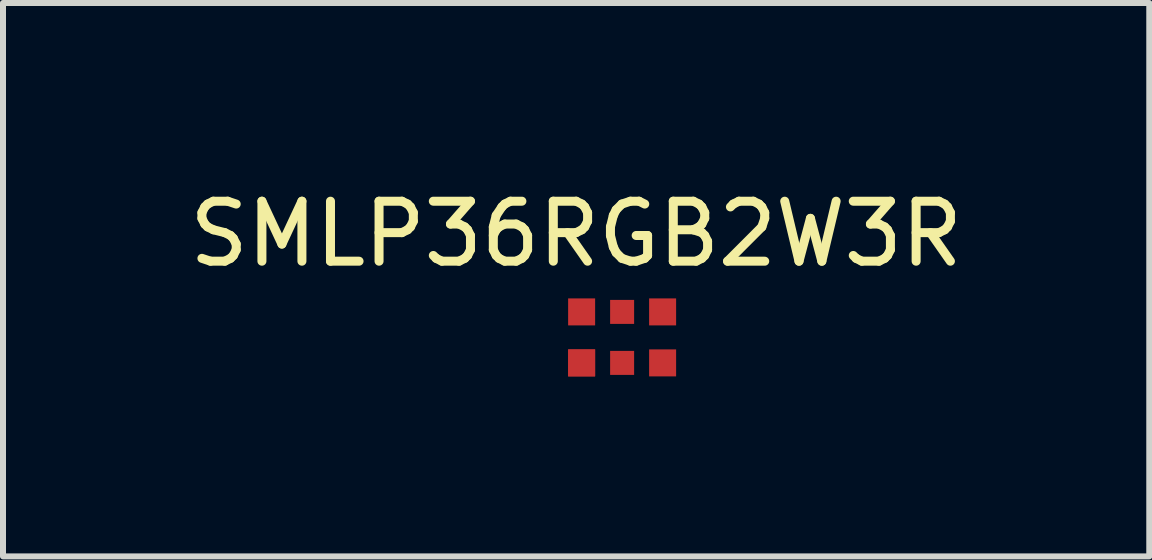
<source format=kicad_pcb>
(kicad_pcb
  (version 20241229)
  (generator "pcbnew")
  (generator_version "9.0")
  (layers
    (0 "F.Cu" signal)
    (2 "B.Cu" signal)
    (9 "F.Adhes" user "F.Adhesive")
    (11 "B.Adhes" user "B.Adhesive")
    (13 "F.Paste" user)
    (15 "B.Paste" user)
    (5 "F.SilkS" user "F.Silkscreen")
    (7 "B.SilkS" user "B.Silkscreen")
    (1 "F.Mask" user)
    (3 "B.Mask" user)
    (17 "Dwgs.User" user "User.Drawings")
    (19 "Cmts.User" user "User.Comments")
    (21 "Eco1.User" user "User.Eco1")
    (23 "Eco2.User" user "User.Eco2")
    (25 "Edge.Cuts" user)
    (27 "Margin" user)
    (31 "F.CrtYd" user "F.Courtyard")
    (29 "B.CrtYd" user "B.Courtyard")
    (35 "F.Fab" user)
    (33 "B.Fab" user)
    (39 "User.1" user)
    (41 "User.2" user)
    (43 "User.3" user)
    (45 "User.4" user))
  (footprint "SMLP36RGB2W3R"
    (layer "F.Cu")
    (at 6.645 2.149)
    (property "Reference" "SMLP36RGB2W3R" (at -0.091 -1.3 0) (layer "F.SilkS") (effects (font (size 1 1) (thickness 0.15))))
    (attr smd)
    (pad "1" smd rect (at 0 0) (size 0.45 0.45) (layers "F.Cu" "F.Mask" "F.Paste"))
    (pad "2" smd rect (at 0.675 0) (size 0.4 0.4) (layers "F.Cu" "F.Mask" "F.Paste"))
    (pad "2" smd rect (at 1.35 0) (size 0.45 0.45) (layers "F.Cu" "F.Mask" "F.Paste"))
    (pad "3" smd rect (at 0 0.85) (size 0.45 0.45) (layers "F.Cu" "F.Mask" "F.Paste"))
    (pad "3" smd rect (at 0 0.85) (size 0.45 0.45) (layers "F.Cu" "F.Mask" "F.Paste"))
    (pad "4" smd rect (at 0.675 0.85) (size 0.4 0.4) (layers "F.Cu" "F.Mask" "F.Paste"))
    (pad "4" smd rect (at 1.35 0.85) (size 0.45 0.45) (layers "F.Cu" "F.Mask" "F.Paste")))
  (gr_rect
    (start -3 -3)
    (end 16.107 6.224)
    (stroke (width 0.1) (type default))
    (fill no)
    (layer "Edge.Cuts")))
</source>
